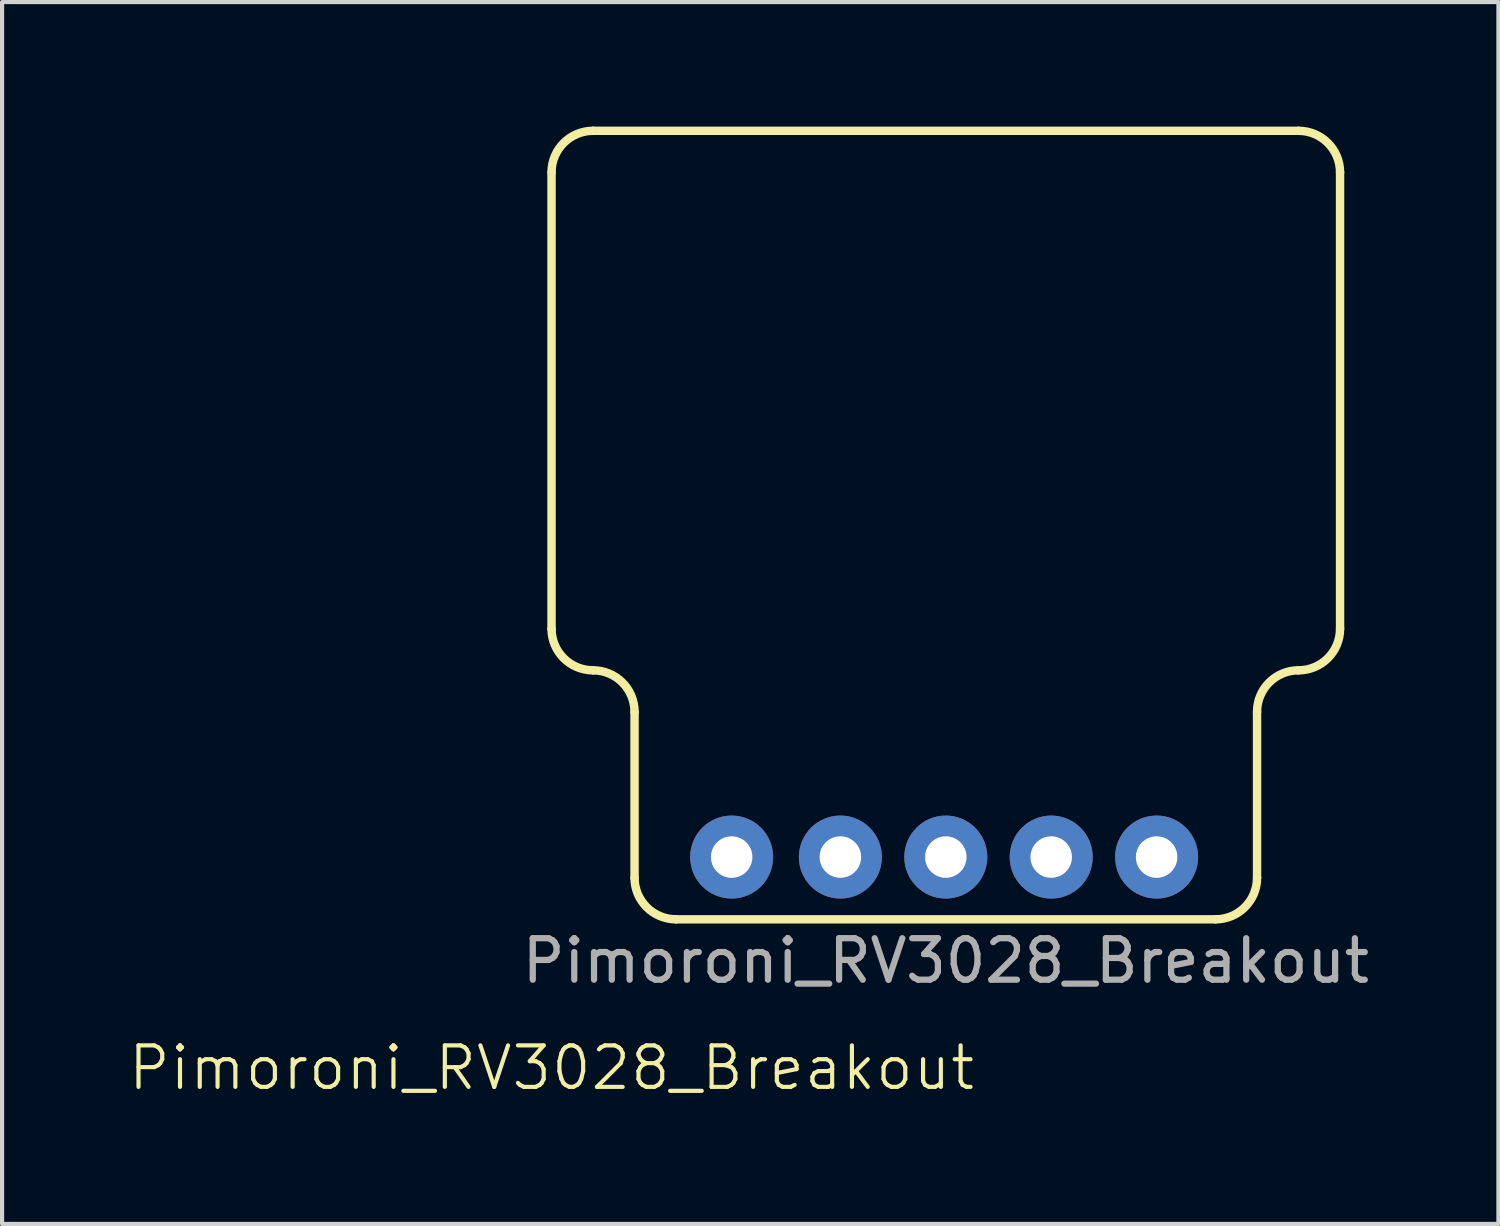
<source format=kicad_pcb>
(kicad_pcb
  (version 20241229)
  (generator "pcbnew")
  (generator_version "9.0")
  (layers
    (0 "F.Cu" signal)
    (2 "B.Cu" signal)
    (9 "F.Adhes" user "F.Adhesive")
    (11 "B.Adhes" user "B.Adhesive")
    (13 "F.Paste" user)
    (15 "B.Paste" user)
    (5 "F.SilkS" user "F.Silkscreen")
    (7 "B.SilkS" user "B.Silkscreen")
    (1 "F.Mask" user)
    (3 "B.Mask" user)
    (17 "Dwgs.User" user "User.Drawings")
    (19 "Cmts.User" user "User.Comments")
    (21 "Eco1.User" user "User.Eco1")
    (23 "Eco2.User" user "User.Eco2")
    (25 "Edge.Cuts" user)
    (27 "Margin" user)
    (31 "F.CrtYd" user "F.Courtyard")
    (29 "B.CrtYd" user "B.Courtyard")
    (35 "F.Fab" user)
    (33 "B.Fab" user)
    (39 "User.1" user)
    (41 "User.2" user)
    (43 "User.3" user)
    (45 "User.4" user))
  (footprint "Pimoroni_RV3028_Breakout"
    (layer "F.Cu")
    (at 10.24 19.102)
    (property "Reference" "Pimoroni_RV3028_Breakout" (at 0 3.58 0) (unlocked yes) (layer "F.SilkS") (effects (font (size 1 1) (thickness 0.1))))
    (attr through_hole)
    (fp_line (start 0 -7) (end 0 -18) (stroke (width 0.203) (type default)) (layer "F.SilkS"))
    (fp_line (start 1 -19) (end 18 -19) (stroke (width 0.203) (type default)) (layer "F.SilkS"))
    (fp_line (start 2 -5) (end 2 -1) (stroke (width 0.203) (type default)) (layer "F.SilkS"))
    (fp_line (start 16 0) (end 3 0) (stroke (width 0.203) (type default)) (layer "F.SilkS"))
    (fp_line (start 17 -5) (end 17 -1) (stroke (width 0.203) (type default)) (layer "F.SilkS"))
    (fp_line (start 19 -18) (end 19 -7) (stroke (width 0.203) (type default)) (layer "F.SilkS"))
    (fp_arc (start 0 -18) (mid 0.292893 -18.707107) (end 1 -19) (stroke (width 0.2032) (type default)) (layer "F.SilkS"))
    (fp_arc (start 1 -6) (mid 0.292893 -6.292893) (end 0 -7) (stroke (width 0.2032) (type default)) (layer "F.SilkS"))
    (fp_arc (start 1 -6) (mid 1.707107 -5.707107) (end 2 -5) (stroke (width 0.2032) (type default)) (layer "F.SilkS"))
    (fp_arc (start 3 0) (mid 2.292893 -0.292893) (end 2 -1) (stroke (width 0.2032) (type default)) (layer "F.SilkS"))
    (fp_arc (start 17 -5) (mid 17.292893 -5.707107) (end 18 -6) (stroke (width 0.2032) (type default)) (layer "F.SilkS"))
    (fp_arc (start 17 -1) (mid 16.707107 -0.292893) (end 16 0) (stroke (width 0.2032) (type default)) (layer "F.SilkS"))
    (fp_arc (start 18 -19) (mid 18.707107 -18.707107) (end 19 -18) (stroke (width 0.2032) (type default)) (layer "F.SilkS"))
    (fp_arc (start 19 -7) (mid 18.707107 -6.292893) (end 18 -6) (stroke (width 0.2032) (type default)) (layer "F.SilkS"))
    (fp_text user "${REFERENCE}" (at 9.5 1 0) (unlocked yes) (layer "F.Fab") (effects (font (size 1 1) (thickness 0.15))))
    (pad "1" thru_hole circle (at 4.34 -1.5) (size 2 2) (drill 1) (layers "*.Cu" "*.Mask"))
    (pad "2" thru_hole circle (at 6.96 -1.5) (size 2 2) (drill 1) (layers "*.Cu" "*.Mask"))
    (pad "3" thru_hole circle (at 9.5 -1.5) (size 2 2) (drill 1) (layers "*.Cu" "*.Mask"))
    (pad "4" thru_hole circle (at 12.04 -1.5) (size 2 2) (drill 1) (layers "*.Cu" "*.Mask"))
    (pad "5" thru_hole circle (at 14.58 -1.5) (size 2 2) (drill 1) (layers "*.Cu" "*.Mask")))
  (gr_rect
    (start -3 -3)
    (end 33.056 26.442)
    (stroke (width 0.1) (type default))
    (fill no)
    (layer "Edge.Cuts")))
</source>
